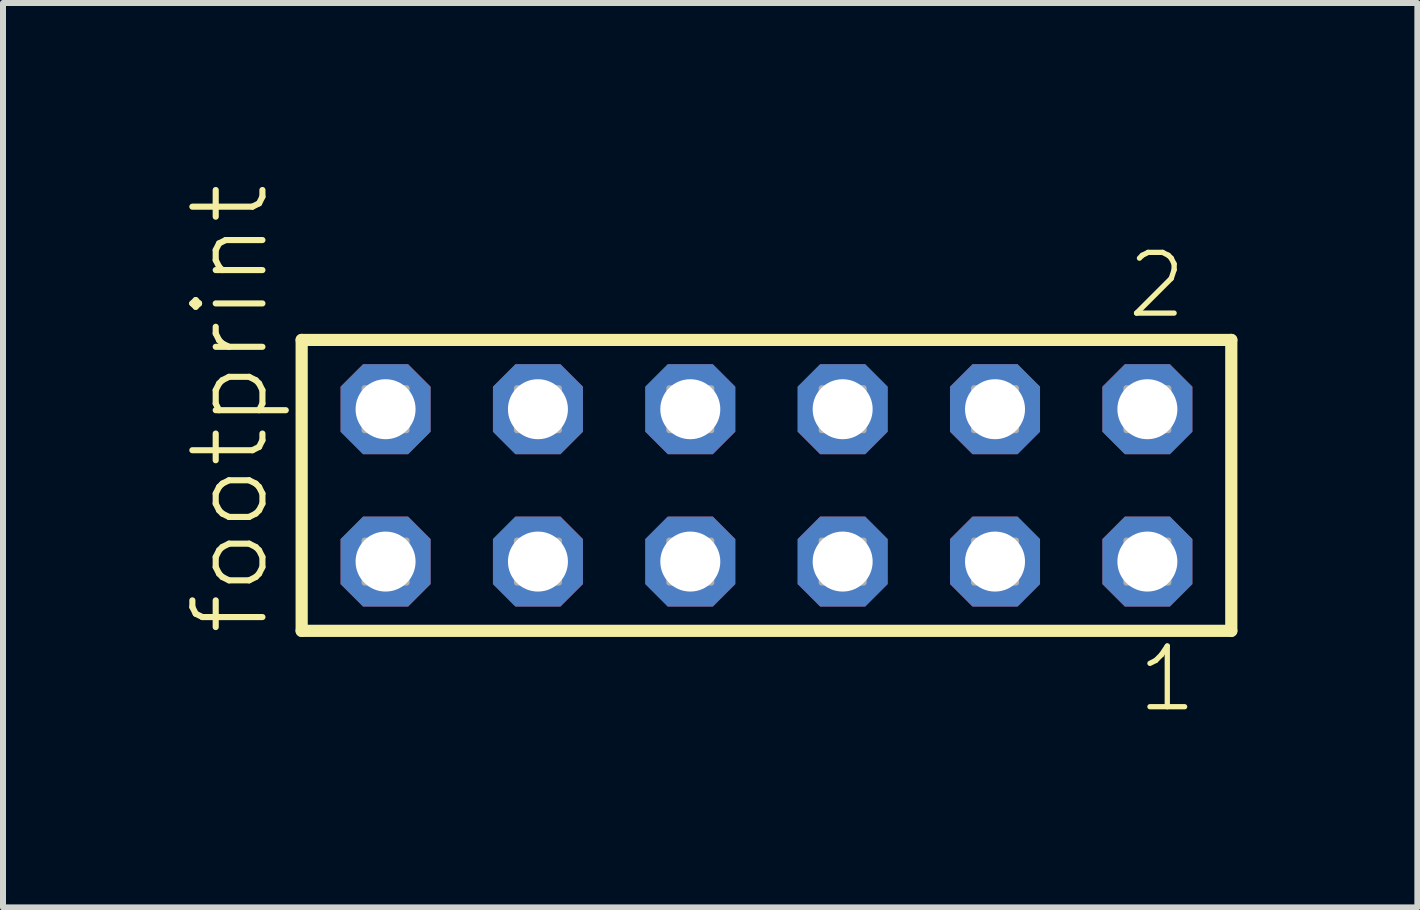
<source format=kicad_pcb>
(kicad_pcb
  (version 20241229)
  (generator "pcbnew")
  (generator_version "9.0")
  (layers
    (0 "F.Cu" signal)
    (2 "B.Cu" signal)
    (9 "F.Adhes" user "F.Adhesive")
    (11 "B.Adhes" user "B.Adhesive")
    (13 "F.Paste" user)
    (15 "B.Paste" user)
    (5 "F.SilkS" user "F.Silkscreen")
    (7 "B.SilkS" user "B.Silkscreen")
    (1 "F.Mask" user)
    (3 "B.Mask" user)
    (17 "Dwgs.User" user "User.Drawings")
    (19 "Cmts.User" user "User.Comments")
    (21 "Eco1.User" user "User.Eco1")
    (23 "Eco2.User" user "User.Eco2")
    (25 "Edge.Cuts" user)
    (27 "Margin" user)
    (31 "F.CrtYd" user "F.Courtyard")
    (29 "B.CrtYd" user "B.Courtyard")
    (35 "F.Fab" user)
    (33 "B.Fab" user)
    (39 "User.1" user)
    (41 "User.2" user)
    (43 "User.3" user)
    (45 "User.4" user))
  (footprint "footprint"
    (layer "F.Cu")
    (at 9.728 5.042)
    (property "Reference" "footprint" (at -8.255 2.54 90) (layer "F.SilkS") (effects (font (size 1.168 1.168) (thickness 0.102)) (justify left bottom)))
    (fp_line (start -7.749 -2.425) (end 7.749 -2.425) (stroke (width 0.203) (type solid)) (layer "F.SilkS"))
    (fp_line (start -7.749 2.425) (end -7.749 -2.425) (stroke (width 0.203) (type solid)) (layer "F.SilkS"))
    (fp_line (start 7.749 -2.425) (end 7.749 2.425) (stroke (width 0.203) (type solid)) (layer "F.SilkS"))
    (fp_line (start 7.749 2.425) (end -7.749 2.425) (stroke (width 0.203) (type solid)) (layer "F.SilkS"))
    (fp_poly (pts (xy -6.7 -0.92) (xy -6 -0.92) (xy -6 -1.62) (xy -6.7 -1.62)) (stroke (width 0.1) (type solid)) (fill no) (layer "F.Fab"))
    (fp_poly (pts (xy -6.7 1.62) (xy -6 1.62) (xy -6 0.92) (xy -6.7 0.92)) (stroke (width 0.1) (type solid)) (fill no) (layer "F.Fab"))
    (fp_poly (pts (xy -4.16 -0.92) (xy -3.46 -0.92) (xy -3.46 -1.62) (xy -4.16 -1.62)) (stroke (width 0.1) (type solid)) (fill no) (layer "F.Fab"))
    (fp_poly (pts (xy -4.16 1.62) (xy -3.46 1.62) (xy -3.46 0.92) (xy -4.16 0.92)) (stroke (width 0.1) (type solid)) (fill no) (layer "F.Fab"))
    (fp_poly (pts (xy -1.62 -0.92) (xy -0.92 -0.92) (xy -0.92 -1.62) (xy -1.62 -1.62)) (stroke (width 0.1) (type solid)) (fill no) (layer "F.Fab"))
    (fp_poly (pts (xy -1.62 1.62) (xy -0.92 1.62) (xy -0.92 0.92) (xy -1.62 0.92)) (stroke (width 0.1) (type solid)) (fill no) (layer "F.Fab"))
    (fp_poly (pts (xy 0.92 -0.92) (xy 1.62 -0.92) (xy 1.62 -1.62) (xy 0.92 -1.62)) (stroke (width 0.1) (type solid)) (fill no) (layer "F.Fab"))
    (fp_poly (pts (xy 0.92 1.62) (xy 1.62 1.62) (xy 1.62 0.92) (xy 0.92 0.92)) (stroke (width 0.1) (type solid)) (fill no) (layer "F.Fab"))
    (fp_poly (pts (xy 3.46 -0.92) (xy 4.16 -0.92) (xy 4.16 -1.62) (xy 3.46 -1.62)) (stroke (width 0.1) (type solid)) (fill no) (layer "F.Fab"))
    (fp_poly (pts (xy 3.46 1.62) (xy 4.16 1.62) (xy 4.16 0.92) (xy 3.46 0.92)) (stroke (width 0.1) (type solid)) (fill no) (layer "F.Fab"))
    (fp_poly (pts (xy 6 -0.92) (xy 6.7 -0.92) (xy 6.7 -1.62) (xy 6 -1.62)) (stroke (width 0.1) (type solid)) (fill no) (layer "F.Fab"))
    (fp_poly (pts (xy 6 1.62) (xy 6.7 1.62) (xy 6.7 0.92) (xy 6 0.92)) (stroke (width 0.1) (type solid)) (fill no) (layer "F.Fab"))
    (fp_text user "2" (at 5.967 -2.744 0) (layer "F.SilkS") (effects (font (size 1.012 1.012) (thickness 0.088)) (justify left bottom)))
    (fp_text user "1" (at 6.142 3.818 0) (layer "F.SilkS") (effects (font (size 1.012 1.012) (thickness 0.088)) (justify left bottom)))
    (pad "1" thru_hole roundrect (at 6.35 1.27 180) (size 1.5 1.5) (drill 1) (layers "*.Cu" "*.Mask") (roundrect_rratio 0.25) (chamfer_ratio 0.25) (chamfer top_left top_right bottom_left bottom_right))
    (pad "2" thru_hole roundrect (at 6.35 -1.27 180) (size 1.5 1.5) (drill 1) (layers "*.Cu" "*.Mask") (roundrect_rratio 0.25) (chamfer_ratio 0.25) (chamfer top_left top_right bottom_left bottom_right))
    (pad "3" thru_hole roundrect (at 3.81 1.27 180) (size 1.5 1.5) (drill 1) (layers "*.Cu" "*.Mask") (roundrect_rratio 0.25) (chamfer_ratio 0.25) (chamfer top_left top_right bottom_left bottom_right))
    (pad "4" thru_hole roundrect (at 3.81 -1.27 180) (size 1.5 1.5) (drill 1) (layers "*.Cu" "*.Mask") (roundrect_rratio 0.25) (chamfer_ratio 0.25) (chamfer top_left top_right bottom_left bottom_right))
    (pad "5" thru_hole roundrect (at 1.27 1.27 180) (size 1.5 1.5) (drill 1) (layers "*.Cu" "*.Mask") (roundrect_rratio 0.25) (chamfer_ratio 0.25) (chamfer top_left top_right bottom_left bottom_right))
    (pad "6" thru_hole roundrect (at 1.27 -1.27 180) (size 1.5 1.5) (drill 1) (layers "*.Cu" "*.Mask") (roundrect_rratio 0.25) (chamfer_ratio 0.25) (chamfer top_left top_right bottom_left bottom_right))
    (pad "7" thru_hole roundrect (at -1.27 1.27 180) (size 1.5 1.5) (drill 1) (layers "*.Cu" "*.Mask") (roundrect_rratio 0.25) (chamfer_ratio 0.25) (chamfer top_left top_right bottom_left bottom_right))
    (pad "8" thru_hole roundrect (at -1.27 -1.27 180) (size 1.5 1.5) (drill 1) (layers "*.Cu" "*.Mask") (roundrect_rratio 0.25) (chamfer_ratio 0.25) (chamfer top_left top_right bottom_left bottom_right))
    (pad "9" thru_hole roundrect (at -3.81 1.27 180) (size 1.5 1.5) (drill 1) (layers "*.Cu" "*.Mask") (roundrect_rratio 0.25) (chamfer_ratio 0.25) (chamfer top_left top_right bottom_left bottom_right))
    (pad "10" thru_hole roundrect (at -3.81 -1.27 180) (size 1.5 1.5) (drill 1) (layers "*.Cu" "*.Mask") (roundrect_rratio 0.25) (chamfer_ratio 0.25) (chamfer top_left top_right bottom_left bottom_right))
    (pad "11" thru_hole roundrect (at -6.35 1.27 180) (size 1.5 1.5) (drill 1) (layers "*.Cu" "*.Mask") (roundrect_rratio 0.25) (chamfer_ratio 0.25) (chamfer top_left top_right bottom_left bottom_right))
    (pad "12" thru_hole roundrect (at -6.35 -1.27 180) (size 1.5 1.5) (drill 1) (layers "*.Cu" "*.Mask") (roundrect_rratio 0.25) (chamfer_ratio 0.25) (chamfer top_left top_right bottom_left bottom_right)))
  (gr_rect
    (start -3 -3)
    (end 20.579 12.077)
    (stroke (width 0.1) (type default))
    (fill no)
    (layer "Edge.Cuts")))
</source>
